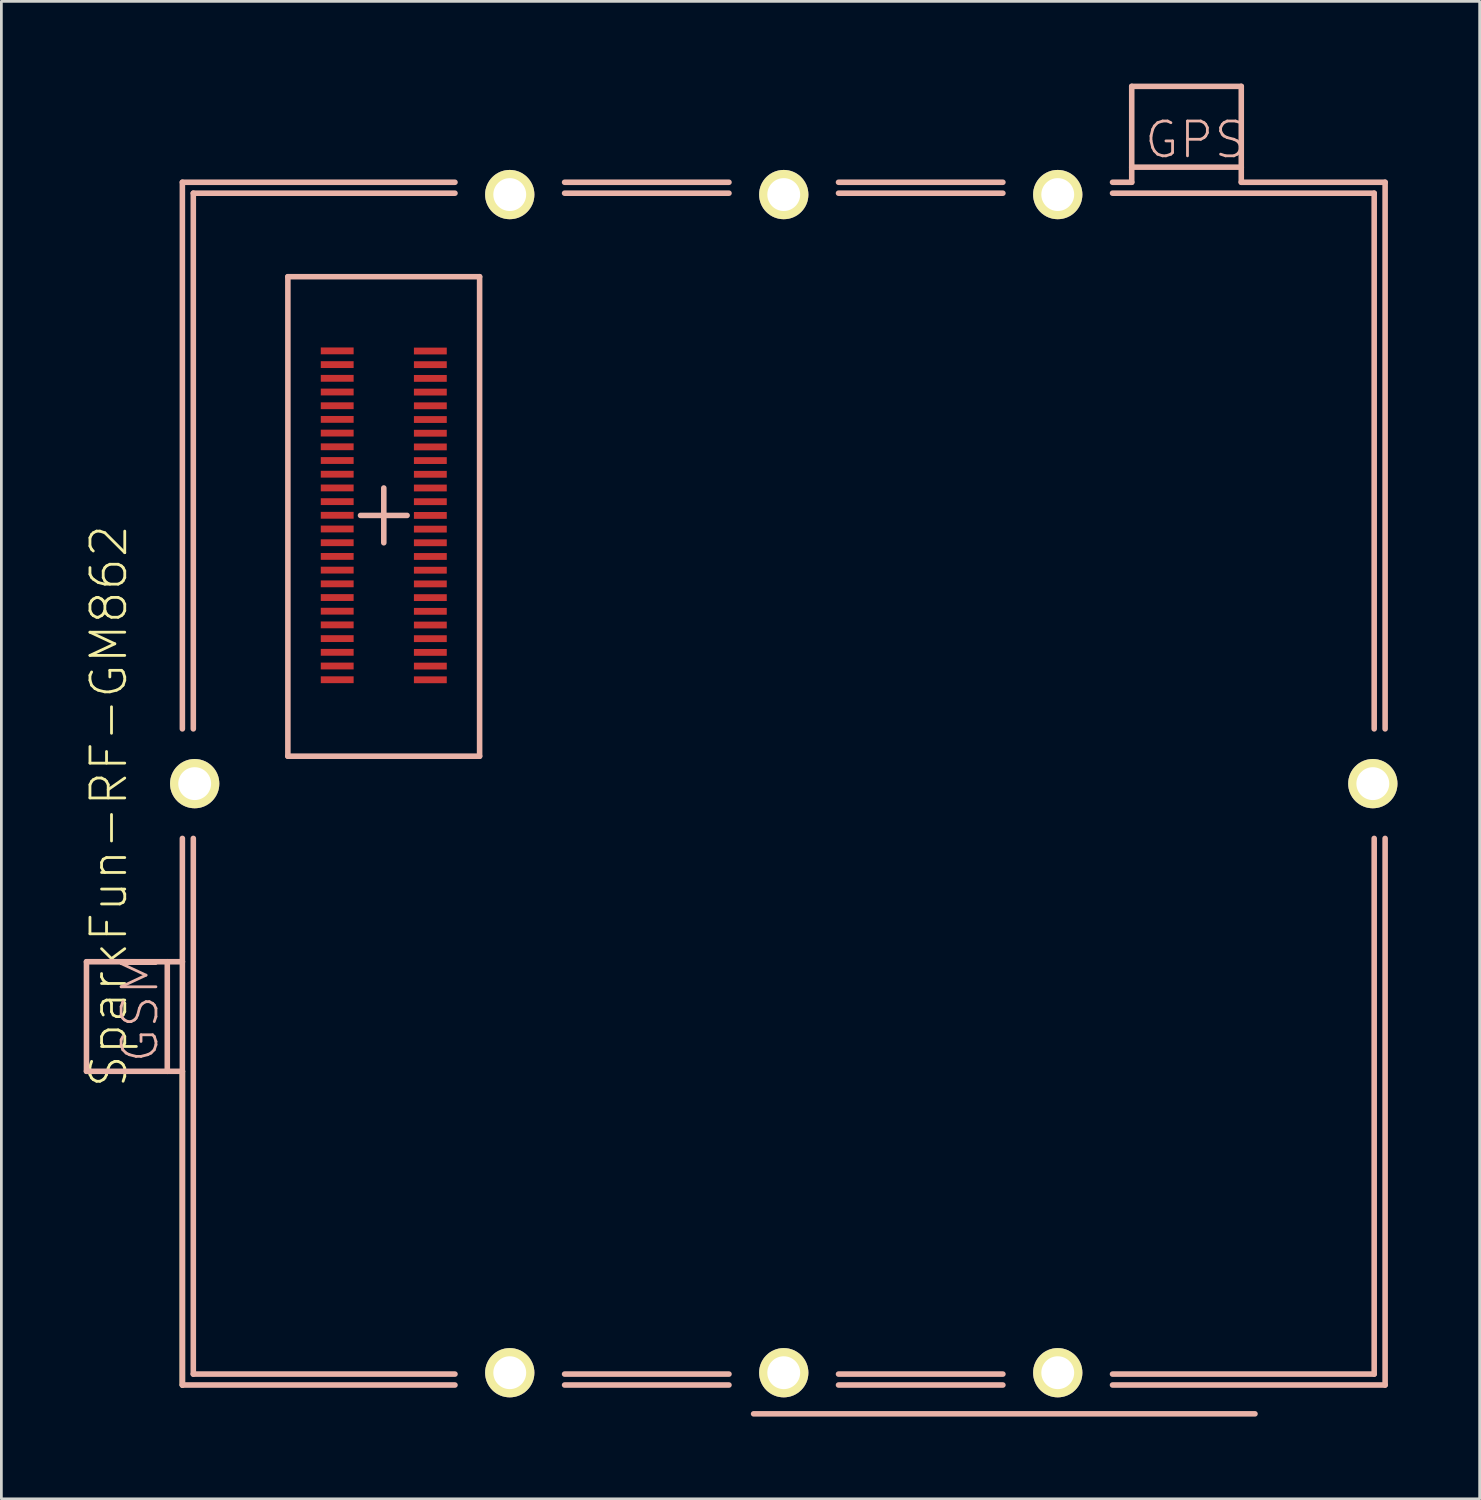
<source format=kicad_pcb>
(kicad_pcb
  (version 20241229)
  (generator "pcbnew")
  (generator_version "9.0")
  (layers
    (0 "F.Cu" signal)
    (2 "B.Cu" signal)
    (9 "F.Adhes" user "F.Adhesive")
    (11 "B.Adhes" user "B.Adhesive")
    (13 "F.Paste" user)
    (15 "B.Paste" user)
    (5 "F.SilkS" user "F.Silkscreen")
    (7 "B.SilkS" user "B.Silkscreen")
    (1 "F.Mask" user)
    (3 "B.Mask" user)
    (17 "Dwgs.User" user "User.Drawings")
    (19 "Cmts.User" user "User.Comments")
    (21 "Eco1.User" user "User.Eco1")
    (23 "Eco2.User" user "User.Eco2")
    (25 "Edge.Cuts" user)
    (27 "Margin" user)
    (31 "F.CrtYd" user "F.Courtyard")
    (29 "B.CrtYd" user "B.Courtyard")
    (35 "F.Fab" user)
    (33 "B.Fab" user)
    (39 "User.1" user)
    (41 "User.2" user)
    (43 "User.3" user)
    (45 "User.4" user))
  (footprint "SparkFun-RF-GM862"
    (layer "F.Cu")
    (at 25.554 25.55)
    (property "Reference" "SparkFun-RF-GM862" (at -24.633 0.823 90) (layer "F.SilkS") (effects (font (size 1.27 1.27) (thickness 0.102))))
    (attr smd)
    (fp_line (start -21.948 21.948) (end -21.948 10.498) (stroke (width 0.203) (type solid)) (layer "F.SilkS"))
    (fp_line (start -25.448 6.5) (end -22.499 6.5) (stroke (width 0.203) (type solid)) (layer "B.SilkS"))
    (fp_line (start -25.448 10.498) (end -25.448 6.5) (stroke (width 0.203) (type solid)) (layer "B.SilkS"))
    (fp_line (start -25.448 10.498) (end -22.499 10.498) (stroke (width 0.203) (type solid)) (layer "B.SilkS"))
    (fp_line (start -22.499 6.5) (end -21.948 6.5) (stroke (width 0.203) (type solid)) (layer "B.SilkS"))
    (fp_line (start -22.499 10.498) (end -22.499 6.5) (stroke (width 0.203) (type solid)) (layer "B.SilkS"))
    (fp_line (start -22.499 10.498) (end -21.948 10.498) (stroke (width 0.203) (type solid)) (layer "B.SilkS"))
    (fp_line (start -21.948 -21.948) (end -21.948 -1.999) (stroke (width 0.203) (type solid)) (layer "B.SilkS"))
    (fp_line (start -21.948 6.5) (end -21.948 1.999) (stroke (width 0.203) (type solid)) (layer "B.SilkS"))
    (fp_line (start -21.948 10.498) (end -21.948 6.5) (stroke (width 0.203) (type solid)) (layer "B.SilkS"))
    (fp_line (start -21.948 21.948) (end -21.948 10.498) (stroke (width 0.203) (type solid)) (layer "B.SilkS"))
    (fp_line (start -21.549 -21.549) (end -11.999 -21.549) (stroke (width 0.203) (type solid)) (layer "B.SilkS"))
    (fp_line (start -21.549 -1.999) (end -21.549 -21.549) (stroke (width 0.203) (type solid)) (layer "B.SilkS"))
    (fp_line (start -21.549 21.549) (end -21.549 1.999) (stroke (width 0.203) (type solid)) (layer "B.SilkS"))
    (fp_line (start -21.549 21.549) (end -11.999 21.549) (stroke (width 0.203) (type solid)) (layer "B.SilkS"))
    (fp_line (start -18.098 -18.501) (end -18.098 -1.001) (stroke (width 0.203) (type solid)) (layer "B.SilkS"))
    (fp_line (start -18.098 -1.001) (end -11.1 -1.001) (stroke (width 0.203) (type solid)) (layer "B.SilkS"))
    (fp_line (start -15.446 -9.789) (end -13.746 -9.789) (stroke (width 0.203) (type solid)) (layer "B.SilkS"))
    (fp_line (start -14.597 -8.791) (end -14.597 -10.79) (stroke (width 0.203) (type solid)) (layer "B.SilkS"))
    (fp_line (start -11.999 -21.948) (end -21.948 -21.948) (stroke (width 0.203) (type solid)) (layer "B.SilkS"))
    (fp_line (start -11.999 21.948) (end -21.948 21.948) (stroke (width 0.203) (type solid)) (layer "B.SilkS"))
    (fp_line (start -11.1 -18.501) (end -18.098 -18.501) (stroke (width 0.203) (type solid)) (layer "B.SilkS"))
    (fp_line (start -11.1 -1.001) (end -11.1 -18.501) (stroke (width 0.203) (type solid)) (layer "B.SilkS"))
    (fp_line (start -7.998 -21.948) (end -1.999 -21.948) (stroke (width 0.203) (type solid)) (layer "B.SilkS"))
    (fp_line (start -7.998 21.549) (end -1.999 21.549) (stroke (width 0.203) (type solid)) (layer "B.SilkS"))
    (fp_line (start -1.999 -21.549) (end -7.998 -21.549) (stroke (width 0.203) (type solid)) (layer "B.SilkS"))
    (fp_line (start -1.999 21.948) (end -7.998 21.948) (stroke (width 0.203) (type solid)) (layer "B.SilkS"))
    (fp_line (start -1.1 23) (end 17.198 23) (stroke (width 0.203) (type solid)) (layer "B.SilkS"))
    (fp_line (start 1.999 -21.948) (end 7.998 -21.948) (stroke (width 0.203) (type solid)) (layer "B.SilkS"))
    (fp_line (start 1.999 21.549) (end 7.998 21.549) (stroke (width 0.203) (type solid)) (layer "B.SilkS"))
    (fp_line (start 7.998 -21.549) (end 1.999 -21.549) (stroke (width 0.203) (type solid)) (layer "B.SilkS"))
    (fp_line (start 7.998 21.948) (end 1.999 21.948) (stroke (width 0.203) (type solid)) (layer "B.SilkS"))
    (fp_line (start 11.999 -21.948) (end 12.7 -21.948) (stroke (width 0.203) (type solid)) (layer "B.SilkS"))
    (fp_line (start 11.999 -21.549) (end 21.549 -21.549) (stroke (width 0.203) (type solid)) (layer "B.SilkS"))
    (fp_line (start 11.999 21.549) (end 21.549 21.549) (stroke (width 0.203) (type solid)) (layer "B.SilkS"))
    (fp_line (start 12.7 -25.448) (end 12.7 -22.499) (stroke (width 0.203) (type solid)) (layer "B.SilkS"))
    (fp_line (start 12.7 -25.448) (end 16.698 -25.448) (stroke (width 0.203) (type solid)) (layer "B.SilkS"))
    (fp_line (start 12.7 -22.499) (end 12.7 -21.948) (stroke (width 0.203) (type solid)) (layer "B.SilkS"))
    (fp_line (start 12.7 -22.499) (end 16.698 -22.499) (stroke (width 0.203) (type solid)) (layer "B.SilkS"))
    (fp_line (start 16.698 -25.448) (end 16.698 -22.499) (stroke (width 0.203) (type solid)) (layer "B.SilkS"))
    (fp_line (start 16.698 -22.499) (end 16.698 -21.948) (stroke (width 0.203) (type solid)) (layer "B.SilkS"))
    (fp_line (start 16.698 -21.948) (end 21.948 -21.948) (stroke (width 0.203) (type solid)) (layer "B.SilkS"))
    (fp_line (start 21.549 -1.999) (end 21.549 -21.549) (stroke (width 0.203) (type solid)) (layer "B.SilkS"))
    (fp_line (start 21.549 1.999) (end 21.549 21.549) (stroke (width 0.203) (type solid)) (layer "B.SilkS"))
    (fp_line (start 21.948 -21.948) (end 21.948 -1.999) (stroke (width 0.203) (type solid)) (layer "B.SilkS"))
    (fp_line (start 21.948 21.948) (end 11.999 21.948) (stroke (width 0.203) (type solid)) (layer "B.SilkS"))
    (fp_line (start 21.948 21.948) (end 21.948 1.999) (stroke (width 0.203) (type solid)) (layer "B.SilkS"))
    (fp_text user "GPS" (at 15.037 -23.495 0) (layer "B.SilkS") (effects (font (size 1.27 1.27) (thickness 0.102))))
    (fp_text user "GSM" (at -23.495 8.23 90) (layer "B.SilkS") (effects (font (size 1.27 1.27) (thickness 0.102))))
    (pad "1" smd rect (at -12.898 -3.79) (size 1.199 0.249) (layers "F.Cu" "F.Mask" "F.Paste"))
    (pad "2" smd rect (at -16.297 -3.792) (size 1.199 0.249) (layers "F.Cu" "F.Mask" "F.Paste"))
    (pad "3" smd rect (at -12.898 -4.29) (size 1.199 0.249) (layers "F.Cu" "F.Mask" "F.Paste"))
    (pad "4" smd rect (at -16.297 -4.293) (size 1.199 0.249) (layers "F.Cu" "F.Mask" "F.Paste"))
    (pad "5" smd rect (at -12.898 -4.79) (size 1.199 0.249) (layers "F.Cu" "F.Mask" "F.Paste"))
    (pad "6" smd rect (at -16.297 -4.793) (size 1.199 0.249) (layers "F.Cu" "F.Mask" "F.Paste"))
    (pad "7" smd rect (at -12.898 -5.291) (size 1.199 0.249) (layers "F.Cu" "F.Mask" "F.Paste"))
    (pad "8" smd rect (at -16.297 -5.293) (size 1.199 0.249) (layers "F.Cu" "F.Mask" "F.Paste"))
    (pad "9" smd rect (at -12.898 -5.789) (size 1.199 0.249) (layers "F.Cu" "F.Mask" "F.Paste"))
    (pad "10" smd rect (at -16.297 -5.794) (size 1.199 0.249) (layers "F.Cu" "F.Mask" "F.Paste"))
    (pad "11" smd rect (at -12.898 -6.289) (size 1.199 0.249) (layers "F.Cu" "F.Mask" "F.Paste"))
    (pad "12" smd rect (at -16.297 -6.294) (size 1.199 0.249) (layers "F.Cu" "F.Mask" "F.Paste"))
    (pad "13" smd rect (at -12.898 -6.789) (size 1.199 0.249) (layers "F.Cu" "F.Mask" "F.Paste"))
    (pad "14" smd rect (at -16.297 -6.792) (size 1.199 0.249) (layers "F.Cu" "F.Mask" "F.Paste"))
    (pad "15" smd rect (at -12.898 -7.29) (size 1.199 0.249) (layers "F.Cu" "F.Mask" "F.Paste"))
    (pad "16" smd rect (at -16.297 -7.292) (size 1.199 0.249) (layers "F.Cu" "F.Mask" "F.Paste"))
    (pad "17" smd rect (at -12.898 -7.79) (size 1.199 0.249) (layers "F.Cu" "F.Mask" "F.Paste"))
    (pad "18" smd rect (at -16.297 -7.793) (size 1.199 0.249) (layers "F.Cu" "F.Mask" "F.Paste"))
    (pad "19" smd rect (at -12.898 -8.291) (size 1.199 0.249) (layers "F.Cu" "F.Mask" "F.Paste"))
    (pad "20" smd rect (at -16.297 -8.293) (size 1.199 0.249) (layers "F.Cu" "F.Mask" "F.Paste"))
    (pad "21" smd rect (at -12.898 -8.791) (size 1.199 0.249) (layers "F.Cu" "F.Mask" "F.Paste"))
    (pad "22" smd rect (at -16.297 -8.793) (size 1.199 0.249) (layers "F.Cu" "F.Mask" "F.Paste"))
    (pad "23" smd rect (at -12.898 -9.289) (size 1.199 0.249) (layers "F.Cu" "F.Mask" "F.Paste"))
    (pad "24" smd rect (at -16.297 -9.294) (size 1.199 0.249) (layers "F.Cu" "F.Mask" "F.Paste"))
    (pad "25" smd rect (at -12.898 -9.789) (size 1.199 0.249) (layers "F.Cu" "F.Mask" "F.Paste"))
    (pad "26" smd rect (at -16.297 -9.794) (size 1.199 0.249) (layers "F.Cu" "F.Mask" "F.Paste"))
    (pad "27" smd rect (at -12.898 -10.29) (size 1.199 0.249) (layers "F.Cu" "F.Mask" "F.Paste"))
    (pad "28" smd rect (at -16.297 -10.292) (size 1.199 0.249) (layers "F.Cu" "F.Mask" "F.Paste"))
    (pad "29" smd rect (at -12.898 -10.79) (size 1.199 0.249) (layers "F.Cu" "F.Mask" "F.Paste"))
    (pad "30" smd rect (at -16.297 -10.792) (size 1.199 0.249) (layers "F.Cu" "F.Mask" "F.Paste"))
    (pad "31" smd rect (at -12.898 -11.29) (size 1.199 0.249) (layers "F.Cu" "F.Mask" "F.Paste"))
    (pad "32" smd rect (at -16.297 -11.293) (size 1.199 0.249) (layers "F.Cu" "F.Mask" "F.Paste"))
    (pad "33" smd rect (at -12.898 -11.791) (size 1.199 0.249) (layers "F.Cu" "F.Mask" "F.Paste"))
    (pad "34" smd rect (at -16.297 -11.793) (size 1.199 0.249) (layers "F.Cu" "F.Mask" "F.Paste"))
    (pad "35" smd rect (at -12.898 -12.289) (size 1.199 0.249) (layers "F.Cu" "F.Mask" "F.Paste"))
    (pad "36" smd rect (at -16.297 -12.294) (size 1.199 0.249) (layers "F.Cu" "F.Mask" "F.Paste"))
    (pad "37" smd rect (at -12.898 -12.789) (size 1.199 0.249) (layers "F.Cu" "F.Mask" "F.Paste"))
    (pad "38" smd rect (at -16.297 -12.794) (size 1.199 0.249) (layers "F.Cu" "F.Mask" "F.Paste"))
    (pad "39" smd rect (at -12.898 -13.289) (size 1.199 0.249) (layers "F.Cu" "F.Mask" "F.Paste"))
    (pad "40" smd rect (at -16.297 -13.294) (size 1.199 0.249) (layers "F.Cu" "F.Mask" "F.Paste"))
    (pad "41" smd rect (at -12.898 -13.79) (size 1.199 0.249) (layers "F.Cu" "F.Mask" "F.Paste"))
    (pad "42" smd rect (at -16.297 -13.792) (size 1.199 0.249) (layers "F.Cu" "F.Mask" "F.Paste"))
    (pad "43" smd rect (at -12.898 -14.29) (size 1.199 0.249) (layers "F.Cu" "F.Mask" "F.Paste"))
    (pad "44" smd rect (at -16.297 -14.293) (size 1.199 0.249) (layers "F.Cu" "F.Mask" "F.Paste"))
    (pad "45" smd rect (at -12.898 -14.79) (size 1.199 0.249) (layers "F.Cu" "F.Mask" "F.Paste"))
    (pad "46" smd rect (at -16.297 -14.793) (size 1.199 0.249) (layers "F.Cu" "F.Mask" "F.Paste"))
    (pad "47" smd rect (at -12.898 -15.291) (size 1.199 0.249) (layers "F.Cu" "F.Mask" "F.Paste"))
    (pad "48" smd rect (at -16.297 -15.293) (size 1.199 0.249) (layers "F.Cu" "F.Mask" "F.Paste"))
    (pad "49" smd rect (at -12.898 -15.789) (size 1.199 0.249) (layers "F.Cu" "F.Mask" "F.Paste"))
    (pad "50" smd rect (at -16.297 -15.794) (size 1.199 0.249) (layers "F.Cu" "F.Mask" "F.Paste"))
    (pad "G1" thru_hole circle (at -10 -21.499) (size 1.798 1.798) (drill 1.199) (layers "*.Cu" "F.Mask" "F.SilkS" "F.Paste"))
    (pad "G2" thru_hole circle (at 0 -21.499) (size 1.798 1.798) (drill 1.199) (layers "*.Cu" "F.Mask" "F.SilkS" "F.Paste"))
    (pad "G3" thru_hole circle (at 10 -21.499) (size 1.798 1.798) (drill 1.199) (layers "*.Cu" "F.Mask" "F.SilkS" "F.Paste"))
    (pad "G4" thru_hole circle (at 21.499 0) (size 1.798 1.798) (drill 1.199) (layers "*.Cu" "F.Mask" "F.SilkS" "F.Paste"))
    (pad "G5" thru_hole circle (at 10 21.499) (size 1.798 1.798) (drill 1.199) (layers "*.Cu" "F.Mask" "F.SilkS" "F.Paste"))
    (pad "G6" thru_hole circle (at 0 21.499) (size 1.798 1.798) (drill 1.199) (layers "*.Cu" "F.Mask" "F.SilkS" "F.Paste"))
    (pad "G7" thru_hole circle (at -10 21.499) (size 1.798 1.798) (drill 1.199) (layers "*.Cu" "F.Mask" "F.SilkS" "F.Paste"))
    (pad "G8" thru_hole circle (at -21.499 0) (size 1.798 1.798) (drill 1.199) (layers "*.Cu" "F.Mask" "F.SilkS" "F.Paste")))
  (gr_rect
    (start -3 -3)
    (end 50.952 51.651)
    (stroke (width 0.1) (type default))
    (fill no)
    (layer "Edge.Cuts")))
</source>
